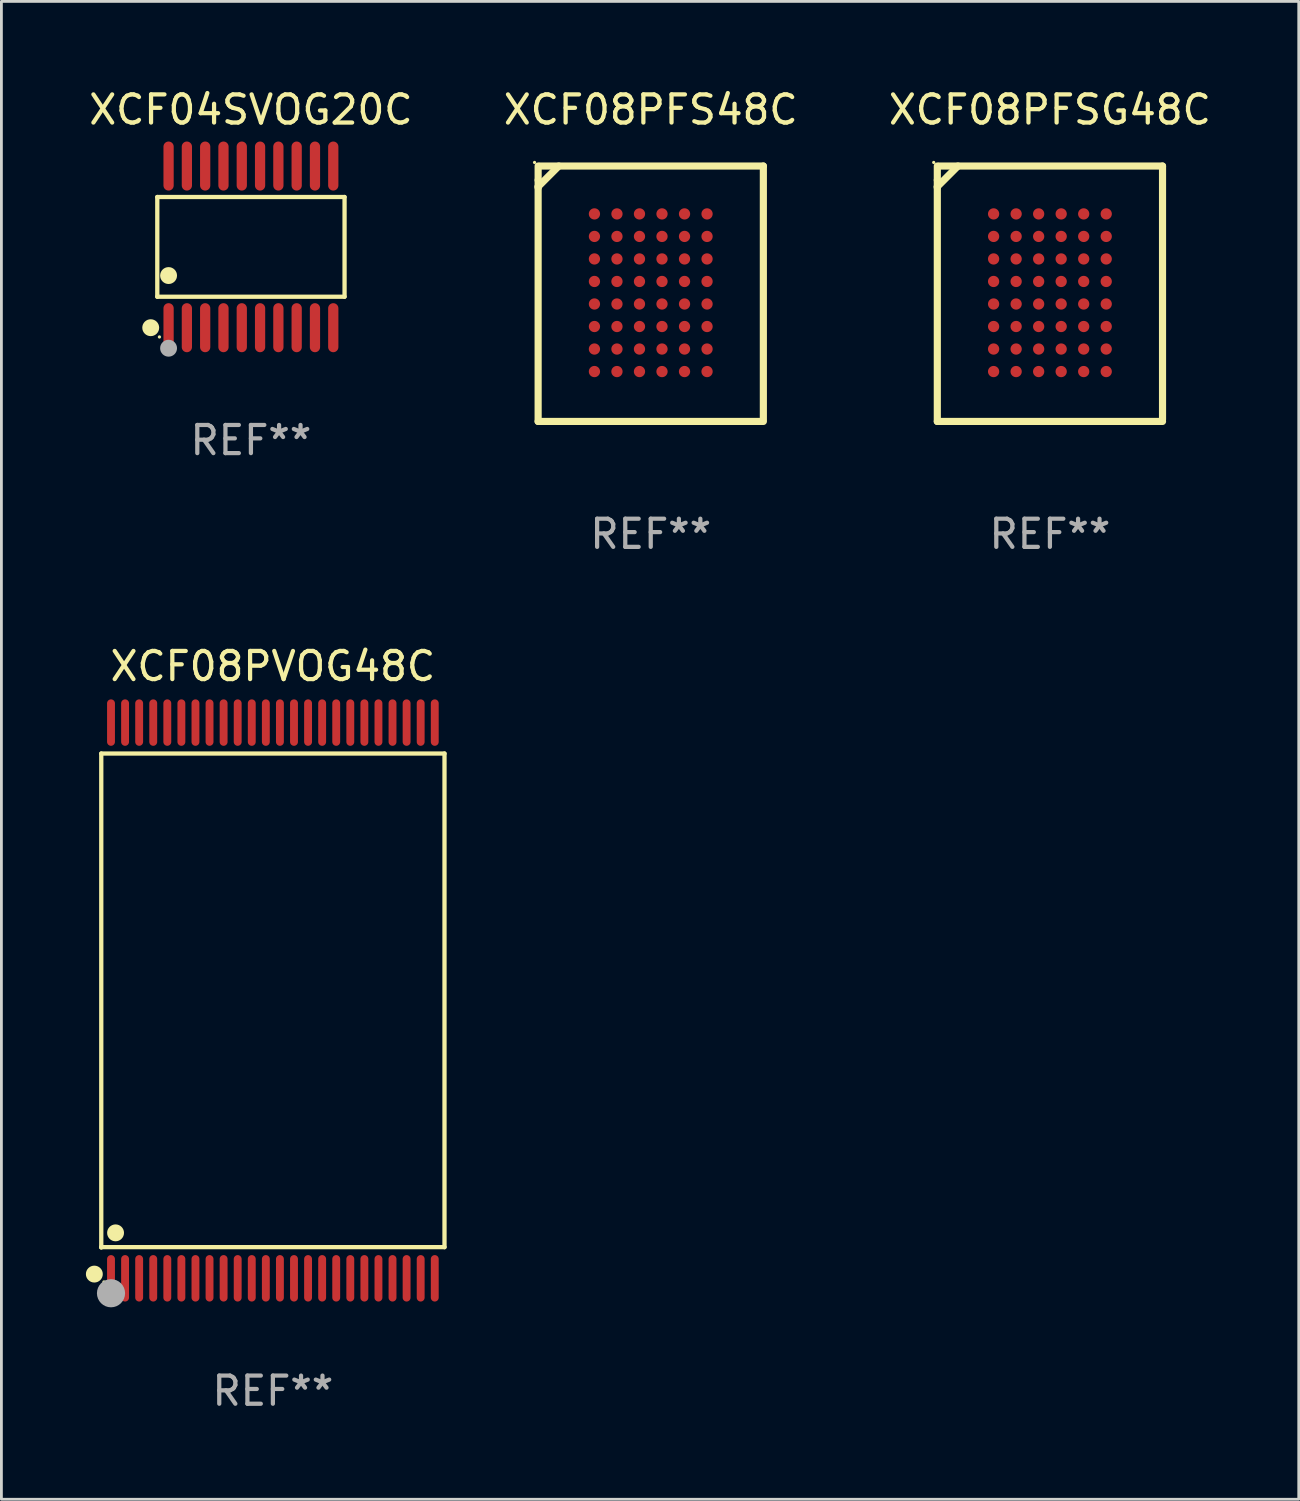
<source format=kicad_pcb>
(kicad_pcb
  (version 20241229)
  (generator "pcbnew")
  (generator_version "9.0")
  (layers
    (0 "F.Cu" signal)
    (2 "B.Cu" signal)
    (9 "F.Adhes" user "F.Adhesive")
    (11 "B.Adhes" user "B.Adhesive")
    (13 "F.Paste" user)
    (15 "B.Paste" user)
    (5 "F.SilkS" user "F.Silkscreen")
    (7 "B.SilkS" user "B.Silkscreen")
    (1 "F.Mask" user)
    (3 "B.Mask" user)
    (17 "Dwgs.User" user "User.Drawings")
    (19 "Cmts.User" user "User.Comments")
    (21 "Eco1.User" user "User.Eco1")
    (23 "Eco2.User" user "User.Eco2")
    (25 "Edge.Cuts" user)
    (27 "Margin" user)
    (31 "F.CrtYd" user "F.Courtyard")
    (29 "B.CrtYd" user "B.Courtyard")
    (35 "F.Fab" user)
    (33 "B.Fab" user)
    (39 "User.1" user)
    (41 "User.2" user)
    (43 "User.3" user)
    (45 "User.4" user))
  (footprint "XCF04SVOG20C"
    (layer "F.Cu")
    (at 5.863 5.719)
    (property "Reference" "XCF04SVOG20C" (at 0 -4.871 0) (layer "F.SilkS") (effects (font (size 1 1) (thickness 0.15))))
    (attr through_hole)
    (fp_line (start -3.326 -1.771) (end 3.326 -1.771) (stroke (width 0.152) (type solid)) (layer "F.SilkS"))
    (fp_line (start -3.326 1.771) (end -3.326 -1.771) (stroke (width 0.152) (type solid)) (layer "F.SilkS"))
    (fp_line (start 3.326 -1.771) (end 3.326 1.771) (stroke (width 0.152) (type solid)) (layer "F.SilkS"))
    (fp_line (start 3.326 1.771) (end -3.326 1.771) (stroke (width 0.152) (type solid)) (layer "F.SilkS"))
    (fp_circle (center -3.559 2.871) (end -3.409 2.871) (stroke (width 0.3) (type solid)) (fill no) (layer "F.SilkS"))
    (fp_circle (center -3.25 3.2) (end -3.22 3.2) (stroke (width 0.06) (type solid)) (fill no) (layer "F.SilkS"))
    (fp_circle (center -2.925 1.019) (end -2.775 1.019) (stroke (width 0.3) (type solid)) (fill no) (layer "F.SilkS"))
    (fp_circle (center -2.925 3.6) (end -2.775 3.6) (stroke (width 0.3) (type solid)) (fill no) (layer "F.Fab"))
    (fp_text user "REF**" (at 0 6.871 0) (layer "F.Fab") (effects (font (size 1 1) (thickness 0.15))))
    (pad "1" smd oval (at -2.925 2.871) (size 0.364 1.742) (layers "F.Cu" "F.Mask" "F.Paste"))
    (pad "2" smd oval (at -2.275 2.871) (size 0.364 1.742) (layers "F.Cu" "F.Mask" "F.Paste"))
    (pad "3" smd oval (at -1.625 2.871) (size 0.364 1.742) (layers "F.Cu" "F.Mask" "F.Paste"))
    (pad "4" smd oval (at -0.975 2.871) (size 0.364 1.742) (layers "F.Cu" "F.Mask" "F.Paste"))
    (pad "5" smd oval (at -0.325 2.871) (size 0.364 1.742) (layers "F.Cu" "F.Mask" "F.Paste"))
    (pad "6" smd oval (at 0.325 2.871) (size 0.364 1.742) (layers "F.Cu" "F.Mask" "F.Paste"))
    (pad "7" smd oval (at 0.975 2.871) (size 0.364 1.742) (layers "F.Cu" "F.Mask" "F.Paste"))
    (pad "8" smd oval (at 1.625 2.871) (size 0.364 1.742) (layers "F.Cu" "F.Mask" "F.Paste"))
    (pad "9" smd oval (at 2.275 2.871) (size 0.364 1.742) (layers "F.Cu" "F.Mask" "F.Paste"))
    (pad "10" smd oval (at 2.925 2.871) (size 0.364 1.742) (layers "F.Cu" "F.Mask" "F.Paste"))
    (pad "11" smd oval (at 2.925 -2.871) (size 0.364 1.742) (layers "F.Cu" "F.Mask" "F.Paste"))
    (pad "12" smd oval (at 2.275 -2.871) (size 0.364 1.742) (layers "F.Cu" "F.Mask" "F.Paste"))
    (pad "13" smd oval (at 1.625 -2.871) (size 0.364 1.742) (layers "F.Cu" "F.Mask" "F.Paste"))
    (pad "14" smd oval (at 0.975 -2.871) (size 0.364 1.742) (layers "F.Cu" "F.Mask" "F.Paste"))
    (pad "15" smd oval (at 0.325 -2.871) (size 0.364 1.742) (layers "F.Cu" "F.Mask" "F.Paste"))
    (pad "16" smd oval (at -0.325 -2.871) (size 0.364 1.742) (layers "F.Cu" "F.Mask" "F.Paste"))
    (pad "17" smd oval (at -0.975 -2.871) (size 0.364 1.742) (layers "F.Cu" "F.Mask" "F.Paste"))
    (pad "18" smd oval (at -1.625 -2.871) (size 0.364 1.742) (layers "F.Cu" "F.Mask" "F.Paste"))
    (pad "19" smd oval (at -2.275 -2.871) (size 0.364 1.742) (layers "F.Cu" "F.Mask" "F.Paste"))
    (pad "20" smd oval (at -2.925 -2.871) (size 0.364 1.742) (layers "F.Cu" "F.Mask" "F.Paste")))
  (footprint "XCF08PFS48C"
    (layer "F.Cu")
    (at 20.065 7.384)
    (property "Reference" "XCF08PFS48C" (at 0 -6.536 0) (layer "F.SilkS") (effects (font (size 1 1) (thickness 0.15))))
    (attr through_hole)
    (fp_line (start -4 -4.036) (end -4 -4.536) (stroke (width 0.254) (type solid)) (layer "F.SilkS"))
    (fp_line (start -4 -4.036) (end -4 4.536) (stroke (width 0.254) (type solid)) (layer "F.SilkS"))
    (fp_line (start -4 -3.803) (end -3.267 -4.536) (stroke (width 0.254) (type solid)) (layer "F.SilkS"))
    (fp_line (start -4 -3.769) (end -4 -3.803) (stroke (width 0.254) (type solid)) (layer "F.SilkS"))
    (fp_line (start -4 4.536) (end 4 4.536) (stroke (width 0.254) (type solid)) (layer "F.SilkS"))
    (fp_line (start 4 -4.536) (end -3.937 -4.536) (stroke (width 0.254) (type solid)) (layer "F.SilkS"))
    (fp_line (start 4 -4.536) (end 4 4.464) (stroke (width 0.254) (type solid)) (layer "F.SilkS"))
    (fp_circle (center -4.127 -4.663) (end -4.097 -4.663) (stroke (width 0.06) (type solid)) (fill no) (layer "F.SilkS"))
    (fp_text user "REF**" (at 0 8.536 0) (layer "F.Fab") (effects (font (size 1 1) (thickness 0.15))))
    (pad "A1" smd circle (at -2 -2.836) (size 0.4 0.4) (layers "F.Cu" "F.Mask" "F.Paste"))
    (pad "A2" smd circle (at -1.2 -2.836) (size 0.4 0.4) (layers "F.Cu" "F.Mask" "F.Paste"))
    (pad "A3" smd circle (at -0.4 -2.836) (size 0.4 0.4) (layers "F.Cu" "F.Mask" "F.Paste"))
    (pad "A4" smd circle (at 0.4 -2.836) (size 0.4 0.4) (layers "F.Cu" "F.Mask" "F.Paste"))
    (pad "A5" smd circle (at 1.2 -2.836) (size 0.4 0.4) (layers "F.Cu" "F.Mask" "F.Paste"))
    (pad "A6" smd circle (at 2 -2.836) (size 0.4 0.4) (layers "F.Cu" "F.Mask" "F.Paste"))
    (pad "B1" smd circle (at -2 -2.036) (size 0.4 0.4) (layers "F.Cu" "F.Mask" "F.Paste"))
    (pad "B2" smd circle (at -1.2 -2.036) (size 0.4 0.4) (layers "F.Cu" "F.Mask" "F.Paste"))
    (pad "B3" smd circle (at -0.4 -2.036) (size 0.4 0.4) (layers "F.Cu" "F.Mask" "F.Paste"))
    (pad "B4" smd circle (at 0.4 -2.036) (size 0.4 0.4) (layers "F.Cu" "F.Mask" "F.Paste"))
    (pad "B5" smd circle (at 1.2 -2.036) (size 0.4 0.4) (layers "F.Cu" "F.Mask" "F.Paste"))
    (pad "B6" smd circle (at 2 -2.036) (size 0.4 0.4) (layers "F.Cu" "F.Mask" "F.Paste"))
    (pad "C1" smd circle (at -2 -1.236) (size 0.4 0.4) (layers "F.Cu" "F.Mask" "F.Paste"))
    (pad "C2" smd circle (at -1.2 -1.236) (size 0.4 0.4) (layers "F.Cu" "F.Mask" "F.Paste"))
    (pad "C3" smd circle (at -0.4 -1.236) (size 0.4 0.4) (layers "F.Cu" "F.Mask" "F.Paste"))
    (pad "C4" smd circle (at 0.4 -1.236) (size 0.4 0.4) (layers "F.Cu" "F.Mask" "F.Paste"))
    (pad "C5" smd circle (at 1.2 -1.236) (size 0.4 0.4) (layers "F.Cu" "F.Mask" "F.Paste"))
    (pad "C6" smd circle (at 2 -1.236) (size 0.4 0.4) (layers "F.Cu" "F.Mask" "F.Paste"))
    (pad "D1" smd circle (at -2 -0.436) (size 0.4 0.4) (layers "F.Cu" "F.Mask" "F.Paste"))
    (pad "D2" smd circle (at -1.2 -0.436) (size 0.4 0.4) (layers "F.Cu" "F.Mask" "F.Paste"))
    (pad "D3" smd circle (at -0.4 -0.436) (size 0.4 0.4) (layers "F.Cu" "F.Mask" "F.Paste"))
    (pad "D4" smd circle (at 0.4 -0.436) (size 0.4 0.4) (layers "F.Cu" "F.Mask" "F.Paste"))
    (pad "D5" smd circle (at 1.2 -0.436) (size 0.4 0.4) (layers "F.Cu" "F.Mask" "F.Paste"))
    (pad "D6" smd circle (at 2 -0.436) (size 0.4 0.4) (layers "F.Cu" "F.Mask" "F.Paste"))
    (pad "E1" smd circle (at -2 0.364) (size 0.4 0.4) (layers "F.Cu" "F.Mask" "F.Paste"))
    (pad "E2" smd circle (at -1.2 0.364) (size 0.4 0.4) (layers "F.Cu" "F.Mask" "F.Paste"))
    (pad "E3" smd circle (at -0.4 0.364) (size 0.4 0.4) (layers "F.Cu" "F.Mask" "F.Paste"))
    (pad "E4" smd circle (at 0.4 0.364) (size 0.4 0.4) (layers "F.Cu" "F.Mask" "F.Paste"))
    (pad "E5" smd circle (at 1.2 0.364) (size 0.4 0.4) (layers "F.Cu" "F.Mask" "F.Paste"))
    (pad "E6" smd circle (at 2 0.364) (size 0.4 0.4) (layers "F.Cu" "F.Mask" "F.Paste"))
    (pad "F1" smd circle (at -2 1.164) (size 0.4 0.4) (layers "F.Cu" "F.Mask" "F.Paste"))
    (pad "F2" smd circle (at -1.2 1.164) (size 0.4 0.4) (layers "F.Cu" "F.Mask" "F.Paste"))
    (pad "F3" smd circle (at -0.4 1.164) (size 0.4 0.4) (layers "F.Cu" "F.Mask" "F.Paste"))
    (pad "F4" smd circle (at 0.4 1.164) (size 0.4 0.4) (layers "F.Cu" "F.Mask" "F.Paste"))
    (pad "F5" smd circle (at 1.2 1.164) (size 0.4 0.4) (layers "F.Cu" "F.Mask" "F.Paste"))
    (pad "F6" smd circle (at 2 1.164) (size 0.4 0.4) (layers "F.Cu" "F.Mask" "F.Paste"))
    (pad "G1" smd circle (at -2 1.964) (size 0.4 0.4) (layers "F.Cu" "F.Mask" "F.Paste"))
    (pad "G2" smd circle (at -1.2 1.964) (size 0.4 0.4) (layers "F.Cu" "F.Mask" "F.Paste"))
    (pad "G3" smd circle (at -0.4 1.964) (size 0.4 0.4) (layers "F.Cu" "F.Mask" "F.Paste"))
    (pad "G4" smd circle (at 0.4 1.964) (size 0.4 0.4) (layers "F.Cu" "F.Mask" "F.Paste"))
    (pad "G5" smd circle (at 1.2 1.964) (size 0.4 0.4) (layers "F.Cu" "F.Mask" "F.Paste"))
    (pad "G6" smd circle (at 2 1.964) (size 0.4 0.4) (layers "F.Cu" "F.Mask" "F.Paste"))
    (pad "H1" smd circle (at -2 2.764) (size 0.4 0.4) (layers "F.Cu" "F.Mask" "F.Paste"))
    (pad "H2" smd circle (at -1.2 2.764) (size 0.4 0.4) (layers "F.Cu" "F.Mask" "F.Paste"))
    (pad "H3" smd circle (at -0.4 2.764) (size 0.4 0.4) (layers "F.Cu" "F.Mask" "F.Paste"))
    (pad "H4" smd circle (at 0.4 2.764) (size 0.4 0.4) (layers "F.Cu" "F.Mask" "F.Paste"))
    (pad "H5" smd circle (at 1.2 2.764) (size 0.4 0.4) (layers "F.Cu" "F.Mask" "F.Paste"))
    (pad "H6" smd circle (at 2 2.764) (size 0.4 0.4) (layers "F.Cu" "F.Mask" "F.Paste")))
  (footprint "XCF08PFSG48C"
    (layer "F.Cu")
    (at 34.244 7.384)
    (property "Reference" "XCF08PFSG48C" (at 0 -6.536 0) (layer "F.SilkS") (effects (font (size 1 1) (thickness 0.15))))
    (attr through_hole)
    (fp_line (start -4 -4.036) (end -4 -4.536) (stroke (width 0.254) (type solid)) (layer "F.SilkS"))
    (fp_line (start -4 -4.036) (end -4 4.536) (stroke (width 0.254) (type solid)) (layer "F.SilkS"))
    (fp_line (start -4 -3.803) (end -3.267 -4.536) (stroke (width 0.254) (type solid)) (layer "F.SilkS"))
    (fp_line (start -4 -3.769) (end -4 -3.803) (stroke (width 0.254) (type solid)) (layer "F.SilkS"))
    (fp_line (start -4 4.536) (end 4 4.536) (stroke (width 0.254) (type solid)) (layer "F.SilkS"))
    (fp_line (start 4 -4.536) (end -3.937 -4.536) (stroke (width 0.254) (type solid)) (layer "F.SilkS"))
    (fp_line (start 4 -4.536) (end 4 4.464) (stroke (width 0.254) (type solid)) (layer "F.SilkS"))
    (fp_circle (center -4.127 -4.663) (end -4.097 -4.663) (stroke (width 0.06) (type solid)) (fill no) (layer "F.SilkS"))
    (fp_text user "REF**" (at 0 8.536 0) (layer "F.Fab") (effects (font (size 1 1) (thickness 0.15))))
    (pad "A1" smd circle (at -2 -2.836) (size 0.4 0.4) (layers "F.Cu" "F.Mask" "F.Paste"))
    (pad "A2" smd circle (at -1.2 -2.836) (size 0.4 0.4) (layers "F.Cu" "F.Mask" "F.Paste"))
    (pad "A3" smd circle (at -0.4 -2.836) (size 0.4 0.4) (layers "F.Cu" "F.Mask" "F.Paste"))
    (pad "A4" smd circle (at 0.4 -2.836) (size 0.4 0.4) (layers "F.Cu" "F.Mask" "F.Paste"))
    (pad "A5" smd circle (at 1.2 -2.836) (size 0.4 0.4) (layers "F.Cu" "F.Mask" "F.Paste"))
    (pad "A6" smd circle (at 2 -2.836) (size 0.4 0.4) (layers "F.Cu" "F.Mask" "F.Paste"))
    (pad "B1" smd circle (at -2 -2.036) (size 0.4 0.4) (layers "F.Cu" "F.Mask" "F.Paste"))
    (pad "B2" smd circle (at -1.2 -2.036) (size 0.4 0.4) (layers "F.Cu" "F.Mask" "F.Paste"))
    (pad "B3" smd circle (at -0.4 -2.036) (size 0.4 0.4) (layers "F.Cu" "F.Mask" "F.Paste"))
    (pad "B4" smd circle (at 0.4 -2.036) (size 0.4 0.4) (layers "F.Cu" "F.Mask" "F.Paste"))
    (pad "B5" smd circle (at 1.2 -2.036) (size 0.4 0.4) (layers "F.Cu" "F.Mask" "F.Paste"))
    (pad "B6" smd circle (at 2 -2.036) (size 0.4 0.4) (layers "F.Cu" "F.Mask" "F.Paste"))
    (pad "C1" smd circle (at -2 -1.236) (size 0.4 0.4) (layers "F.Cu" "F.Mask" "F.Paste"))
    (pad "C2" smd circle (at -1.2 -1.236) (size 0.4 0.4) (layers "F.Cu" "F.Mask" "F.Paste"))
    (pad "C3" smd circle (at -0.4 -1.236) (size 0.4 0.4) (layers "F.Cu" "F.Mask" "F.Paste"))
    (pad "C4" smd circle (at 0.4 -1.236) (size 0.4 0.4) (layers "F.Cu" "F.Mask" "F.Paste"))
    (pad "C5" smd circle (at 1.2 -1.236) (size 0.4 0.4) (layers "F.Cu" "F.Mask" "F.Paste"))
    (pad "C6" smd circle (at 2 -1.236) (size 0.4 0.4) (layers "F.Cu" "F.Mask" "F.Paste"))
    (pad "D1" smd circle (at -2 -0.436) (size 0.4 0.4) (layers "F.Cu" "F.Mask" "F.Paste"))
    (pad "D2" smd circle (at -1.2 -0.436) (size 0.4 0.4) (layers "F.Cu" "F.Mask" "F.Paste"))
    (pad "D3" smd circle (at -0.4 -0.436) (size 0.4 0.4) (layers "F.Cu" "F.Mask" "F.Paste"))
    (pad "D4" smd circle (at 0.4 -0.436) (size 0.4 0.4) (layers "F.Cu" "F.Mask" "F.Paste"))
    (pad "D5" smd circle (at 1.2 -0.436) (size 0.4 0.4) (layers "F.Cu" "F.Mask" "F.Paste"))
    (pad "D6" smd circle (at 2 -0.436) (size 0.4 0.4) (layers "F.Cu" "F.Mask" "F.Paste"))
    (pad "E1" smd circle (at -2 0.364) (size 0.4 0.4) (layers "F.Cu" "F.Mask" "F.Paste"))
    (pad "E2" smd circle (at -1.2 0.364) (size 0.4 0.4) (layers "F.Cu" "F.Mask" "F.Paste"))
    (pad "E3" smd circle (at -0.4 0.364) (size 0.4 0.4) (layers "F.Cu" "F.Mask" "F.Paste"))
    (pad "E4" smd circle (at 0.4 0.364) (size 0.4 0.4) (layers "F.Cu" "F.Mask" "F.Paste"))
    (pad "E5" smd circle (at 1.2 0.364) (size 0.4 0.4) (layers "F.Cu" "F.Mask" "F.Paste"))
    (pad "E6" smd circle (at 2 0.364) (size 0.4 0.4) (layers "F.Cu" "F.Mask" "F.Paste"))
    (pad "F1" smd circle (at -2 1.164) (size 0.4 0.4) (layers "F.Cu" "F.Mask" "F.Paste"))
    (pad "F2" smd circle (at -1.2 1.164) (size 0.4 0.4) (layers "F.Cu" "F.Mask" "F.Paste"))
    (pad "F3" smd circle (at -0.4 1.164) (size 0.4 0.4) (layers "F.Cu" "F.Mask" "F.Paste"))
    (pad "F4" smd circle (at 0.4 1.164) (size 0.4 0.4) (layers "F.Cu" "F.Mask" "F.Paste"))
    (pad "F5" smd circle (at 1.2 1.164) (size 0.4 0.4) (layers "F.Cu" "F.Mask" "F.Paste"))
    (pad "F6" smd circle (at 2 1.164) (size 0.4 0.4) (layers "F.Cu" "F.Mask" "F.Paste"))
    (pad "G1" smd circle (at -2 1.964) (size 0.4 0.4) (layers "F.Cu" "F.Mask" "F.Paste"))
    (pad "G2" smd circle (at -1.2 1.964) (size 0.4 0.4) (layers "F.Cu" "F.Mask" "F.Paste"))
    (pad "G3" smd circle (at -0.4 1.964) (size 0.4 0.4) (layers "F.Cu" "F.Mask" "F.Paste"))
    (pad "G4" smd circle (at 0.4 1.964) (size 0.4 0.4) (layers "F.Cu" "F.Mask" "F.Paste"))
    (pad "G5" smd circle (at 1.2 1.964) (size 0.4 0.4) (layers "F.Cu" "F.Mask" "F.Paste"))
    (pad "G6" smd circle (at 2 1.964) (size 0.4 0.4) (layers "F.Cu" "F.Mask" "F.Paste"))
    (pad "H1" smd circle (at -2 2.764) (size 0.4 0.4) (layers "F.Cu" "F.Mask" "F.Paste"))
    (pad "H2" smd circle (at -1.2 2.764) (size 0.4 0.4) (layers "F.Cu" "F.Mask" "F.Paste"))
    (pad "H3" smd circle (at -0.4 2.764) (size 0.4 0.4) (layers "F.Cu" "F.Mask" "F.Paste"))
    (pad "H4" smd circle (at 0.4 2.764) (size 0.4 0.4) (layers "F.Cu" "F.Mask" "F.Paste"))
    (pad "H5" smd circle (at 1.2 2.764) (size 0.4 0.4) (layers "F.Cu" "F.Mask" "F.Paste"))
    (pad "H6" smd circle (at 2 2.764) (size 0.4 0.4) (layers "F.Cu" "F.Mask" "F.Paste")))
  (footprint "XCF08PVOG48C"
    (layer "F.Cu")
    (at 6.643 32.487)
    (property "Reference" "XCF08PVOG48C" (at 0 -11.87 0) (layer "F.SilkS") (effects (font (size 1 1) (thickness 0.15))))
    (attr through_hole)
    (fp_line (start -6.096 -8.771) (end 6.096 -8.771) (stroke (width 0.152) (type solid)) (layer "F.SilkS"))
    (fp_line (start -6.096 8.763) (end -6.096 8.771) (stroke (width 0.152) (type solid)) (layer "F.SilkS"))
    (fp_line (start -6.096 8.771) (end -6.096 -8.771) (stroke (width 0.152) (type solid)) (layer "F.SilkS"))
    (fp_line (start 6.096 -8.771) (end 6.096 8.763) (stroke (width 0.152) (type solid)) (layer "F.SilkS"))
    (fp_line (start 6.096 8.763) (end -6.096 8.763) (stroke (width 0.152) (type solid)) (layer "F.SilkS"))
    (fp_circle (center -6.342 9.72) (end -6.192 9.72) (stroke (width 0.3) (type solid)) (fill no) (layer "F.SilkS"))
    (fp_circle (center -6 10) (end -5.97 10) (stroke (width 0.06) (type solid)) (fill no) (layer "F.SilkS"))
    (fp_circle (center -5.588 8.255) (end -5.438 8.255) (stroke (width 0.3) (type solid)) (fill no) (layer "F.SilkS"))
    (fp_circle (center -5.75 10.4) (end -5.5 10.4) (stroke (width 0.5) (type solid)) (fill no) (layer "F.Fab"))
    (fp_text user "REF**" (at 0 13.87 0) (layer "F.Fab") (effects (font (size 1 1) (thickness 0.15))))
    (pad "1" smd oval (at -5.75 9.87) (size 0.28 1.65) (layers "F.Cu" "F.Mask" "F.Paste"))
    (pad "2" smd oval (at -5.25 9.87) (size 0.28 1.65) (layers "F.Cu" "F.Mask" "F.Paste"))
    (pad "3" smd oval (at -4.75 9.87) (size 0.28 1.65) (layers "F.Cu" "F.Mask" "F.Paste"))
    (pad "4" smd oval (at -4.25 9.87) (size 0.28 1.65) (layers "F.Cu" "F.Mask" "F.Paste"))
    (pad "5" smd oval (at -3.75 9.87) (size 0.28 1.65) (layers "F.Cu" "F.Mask" "F.Paste"))
    (pad "6" smd oval (at -3.25 9.87) (size 0.28 1.65) (layers "F.Cu" "F.Mask" "F.Paste"))
    (pad "7" smd oval (at -2.75 9.87) (size 0.28 1.65) (layers "F.Cu" "F.Mask" "F.Paste"))
    (pad "8" smd oval (at -2.25 9.87) (size 0.28 1.65) (layers "F.Cu" "F.Mask" "F.Paste"))
    (pad "9" smd oval (at -1.75 9.87) (size 0.28 1.65) (layers "F.Cu" "F.Mask" "F.Paste"))
    (pad "10" smd oval (at -1.25 9.87) (size 0.28 1.65) (layers "F.Cu" "F.Mask" "F.Paste"))
    (pad "11" smd oval (at -0.75 9.87) (size 0.28 1.65) (layers "F.Cu" "F.Mask" "F.Paste"))
    (pad "12" smd oval (at -0.25 9.87) (size 0.28 1.65) (layers "F.Cu" "F.Mask" "F.Paste"))
    (pad "13" smd oval (at 0.25 9.87) (size 0.28 1.65) (layers "F.Cu" "F.Mask" "F.Paste"))
    (pad "14" smd oval (at 0.75 9.87) (size 0.28 1.65) (layers "F.Cu" "F.Mask" "F.Paste"))
    (pad "15" smd oval (at 1.25 9.87) (size 0.28 1.65) (layers "F.Cu" "F.Mask" "F.Paste"))
    (pad "16" smd oval (at 1.75 9.87) (size 0.28 1.65) (layers "F.Cu" "F.Mask" "F.Paste"))
    (pad "17" smd oval (at 2.25 9.87) (size 0.28 1.65) (layers "F.Cu" "F.Mask" "F.Paste"))
    (pad "18" smd oval (at 2.75 9.87) (size 0.28 1.65) (layers "F.Cu" "F.Mask" "F.Paste"))
    (pad "19" smd oval (at 3.25 9.87) (size 0.28 1.65) (layers "F.Cu" "F.Mask" "F.Paste"))
    (pad "20" smd oval (at 3.75 9.87) (size 0.28 1.65) (layers "F.Cu" "F.Mask" "F.Paste"))
    (pad "21" smd oval (at 4.25 9.87) (size 0.28 1.65) (layers "F.Cu" "F.Mask" "F.Paste"))
    (pad "22" smd oval (at 4.75 9.87) (size 0.28 1.65) (layers "F.Cu" "F.Mask" "F.Paste"))
    (pad "23" smd oval (at 5.25 9.87) (size 0.28 1.65) (layers "F.Cu" "F.Mask" "F.Paste"))
    (pad "24" smd oval (at 5.75 9.87) (size 0.28 1.65) (layers "F.Cu" "F.Mask" "F.Paste"))
    (pad "25" smd oval (at 5.75 -9.87) (size 0.28 1.65) (layers "F.Cu" "F.Mask" "F.Paste"))
    (pad "26" smd oval (at 5.25 -9.87) (size 0.28 1.65) (layers "F.Cu" "F.Mask" "F.Paste"))
    (pad "27" smd oval (at 4.75 -9.87) (size 0.28 1.65) (layers "F.Cu" "F.Mask" "F.Paste"))
    (pad "28" smd oval (at 4.25 -9.87) (size 0.28 1.65) (layers "F.Cu" "F.Mask" "F.Paste"))
    (pad "29" smd oval (at 3.75 -9.87) (size 0.28 1.65) (layers "F.Cu" "F.Mask" "F.Paste"))
    (pad "30" smd oval (at 3.25 -9.87) (size 0.28 1.65) (layers "F.Cu" "F.Mask" "F.Paste"))
    (pad "31" smd oval (at 2.75 -9.87) (size 0.28 1.65) (layers "F.Cu" "F.Mask" "F.Paste"))
    (pad "32" smd oval (at 2.25 -9.87) (size 0.28 1.65) (layers "F.Cu" "F.Mask" "F.Paste"))
    (pad "33" smd oval (at 1.75 -9.87) (size 0.28 1.65) (layers "F.Cu" "F.Mask" "F.Paste"))
    (pad "34" smd oval (at 1.25 -9.87) (size 0.28 1.65) (layers "F.Cu" "F.Mask" "F.Paste"))
    (pad "35" smd oval (at 0.75 -9.87) (size 0.28 1.65) (layers "F.Cu" "F.Mask" "F.Paste"))
    (pad "36" smd oval (at 0.25 -9.87) (size 0.28 1.65) (layers "F.Cu" "F.Mask" "F.Paste"))
    (pad "37" smd oval (at -0.25 -9.87) (size 0.28 1.65) (layers "F.Cu" "F.Mask" "F.Paste"))
    (pad "38" smd oval (at -0.75 -9.87) (size 0.28 1.65) (layers "F.Cu" "F.Mask" "F.Paste"))
    (pad "39" smd oval (at -1.25 -9.87) (size 0.28 1.65) (layers "F.Cu" "F.Mask" "F.Paste"))
    (pad "40" smd oval (at -1.75 -9.87) (size 0.28 1.65) (layers "F.Cu" "F.Mask" "F.Paste"))
    (pad "41" smd oval (at -2.25 -9.87) (size 0.28 1.65) (layers "F.Cu" "F.Mask" "F.Paste"))
    (pad "42" smd oval (at -2.75 -9.87) (size 0.28 1.65) (layers "F.Cu" "F.Mask" "F.Paste"))
    (pad "43" smd oval (at -3.25 -9.87) (size 0.28 1.65) (layers "F.Cu" "F.Mask" "F.Paste"))
    (pad "44" smd oval (at -3.75 -9.87) (size 0.28 1.65) (layers "F.Cu" "F.Mask" "F.Paste"))
    (pad "45" smd oval (at -4.25 -9.87) (size 0.28 1.65) (layers "F.Cu" "F.Mask" "F.Paste"))
    (pad "46" smd oval (at -4.75 -9.87) (size 0.28 1.65) (layers "F.Cu" "F.Mask" "F.Paste"))
    (pad "47" smd oval (at -5.25 -9.87) (size 0.28 1.65) (layers "F.Cu" "F.Mask" "F.Paste"))
    (pad "48" smd oval (at -5.75 -9.87) (size 0.28 1.65) (layers "F.Cu" "F.Mask" "F.Paste")))
  (gr_rect
    (start -3 -3)
    (end 43.083 50.205)
    (stroke (width 0.1) (type default))
    (fill no)
    (layer "Edge.Cuts")))
</source>
